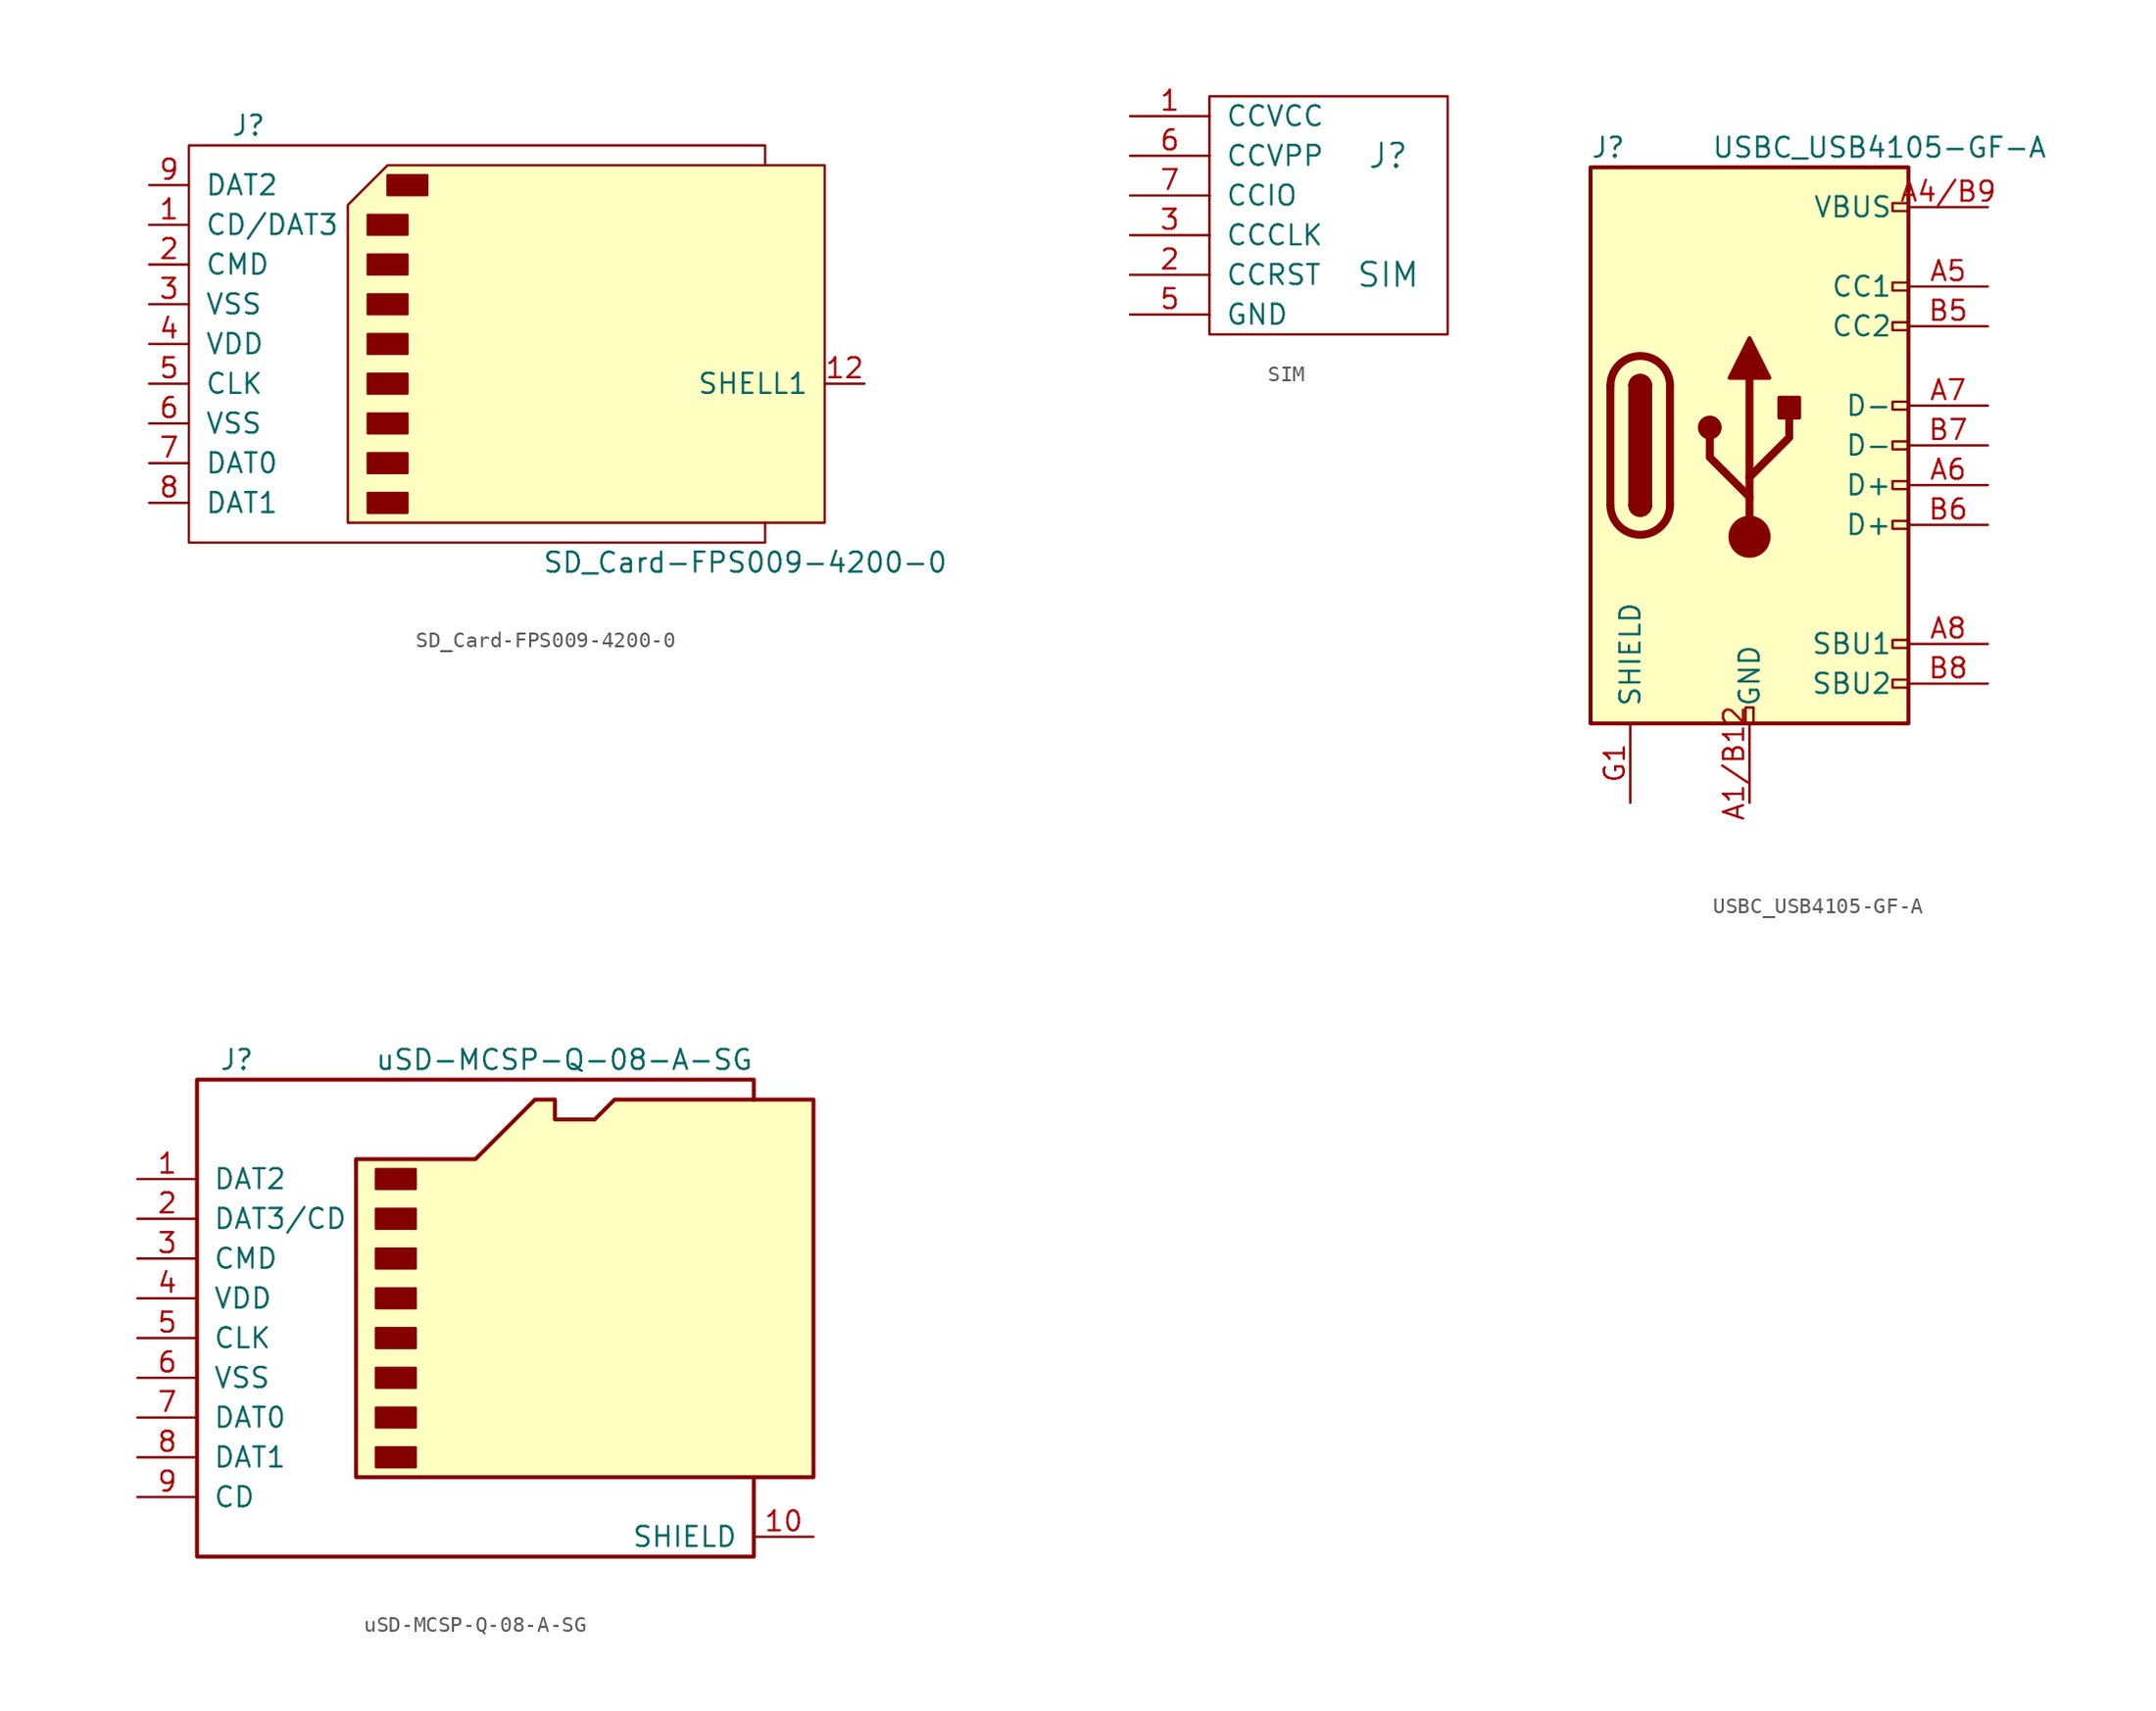
<source format=kicad_sym>
(kicad_symbol_lib
  (version 20220914)
  (generator kicad_symbol_editor)
  (symbol "SD_Card-FPS009-4200-0"
    (pin_names
      (offset 1.016))
    (property "Reference" "J"
      (at -16.51 13.97 0)
      (effects (font (size 1.27 1.27))))
    (property "Value" "SD_Card-FPS009-4200-0"
      (at 15.24 -13.97 0)
      (effects (font (size 1.27 1.27))))
    (symbol "SD_Card-FPS009-4200-0_0_1"
      (rectangle (start -8.89 -9.525) (end -6.35 -10.795) (stroke (width 0) (type default)) (fill (type outline)))
      (rectangle (start -8.89 -6.985) (end -6.35 -8.255) (stroke (width 0) (type default)) (fill (type outline)))
      (rectangle (start -8.89 -4.445) (end -6.35 -5.715) (stroke (width 0) (type default)) (fill (type outline)))
      (rectangle (start -8.89 -1.905) (end -6.35 -3.175) (stroke (width 0) (type default)) (fill (type outline)))
      (rectangle (start -8.89 0.635) (end -6.35 -0.635) (stroke (width 0) (type default)) (fill (type outline)))
      (rectangle (start -8.89 3.175) (end -6.35 1.905) (stroke (width 0) (type default)) (fill (type outline)))
      (rectangle (start -8.89 5.715) (end -6.35 4.445) (stroke (width 0) (type default)) (fill (type outline)))
      (rectangle (start -8.89 8.255) (end -6.35 6.985) (stroke (width 0) (type default)) (fill (type outline)))
      (rectangle (start -7.62 10.795) (end -5.08 9.525) (stroke (width 0) (type default)) (fill (type outline)))
      (polyline (pts (xy -10.16 8.89) (xy -7.62 11.43) (xy 20.32 11.43) (xy 20.32 -11.43) (xy -10.16 -11.43) (xy -10.16 8.89)) (stroke (width 0) (type default)) (fill (type background)))
      (polyline (pts (xy 16.51 11.43) (xy 16.51 12.7) (xy -20.32 12.7) (xy -20.32 -12.7) (xy 16.51 -12.7) (xy 16.51 -11.43)) (stroke (width 0) (type default)) (fill (type none))))
    (symbol "SD_Card-FPS009-4200-0_1_1"
      (pin input line (at -22.86 7.62 0) (length 2.54) (name "CD/DAT3" (effects (font (size 1.27 1.27)))) (number "1" (effects (font (size 1.27 1.27)))))
      (pin input line (at 22.86 -2.54 180) (length 2.54) (name "SHELL1" (effects (font (size 1.27 1.27)))) (number "12" (effects (font (size 1.27 1.27)))))
      (pin input line (at -22.86 5.08 0) (length 2.54) (name "CMD" (effects (font (size 1.27 1.27)))) (number "2" (effects (font (size 1.27 1.27)))))
      (pin input line (at -22.86 2.54 0) (length 2.54) (name "VSS" (effects (font (size 1.27 1.27)))) (number "3" (effects (font (size 1.27 1.27)))))
      (pin input line (at -22.86 0 0) (length 2.54) (name "VDD" (effects (font (size 1.27 1.27)))) (number "4" (effects (font (size 1.27 1.27)))))
      (pin input line (at -22.86 -2.54 0) (length 2.54) (name "CLK" (effects (font (size 1.27 1.27)))) (number "5" (effects (font (size 1.27 1.27)))))
      (pin input line (at -22.86 -5.08 0) (length 2.54) (name "VSS" (effects (font (size 1.27 1.27)))) (number "6" (effects (font (size 1.27 1.27)))))
      (pin input line (at -22.86 -7.62 0) (length 2.54) (name "DAT0" (effects (font (size 1.27 1.27)))) (number "7" (effects (font (size 1.27 1.27)))))
      (pin input line (at -22.86 -10.16 0) (length 2.54) (name "DAT1" (effects (font (size 1.27 1.27)))) (number "8" (effects (font (size 1.27 1.27)))))
      (pin input line (at -22.86 10.16 0) (length 2.54) (name "DAT2" (effects (font (size 1.27 1.27)))) (number "9" (effects (font (size 1.27 1.27)))))))
  (symbol "SIM"
    (pin_names
      (offset 1.016))
    (property "Reference" "J"
      (at 10.16 3.81 0)
      (effects (font (size 1.524 1.524))))
    (property "Value" "SIM"
      (at 10.16 -3.81 0)
      (effects (font (size 1.524 1.524))))
    (property "Footprint" ""
      (at 0 -3.81 0)
      (effects (font (size 1.524 1.524))))
    (property "Datasheet" ""
      (at 0 -3.81 0)
      (effects (font (size 1.524 1.524))))
    (symbol "SIM_0_1"
      (rectangle (start -1.27 7.62) (end 13.97 -7.62) (stroke (width 0) (type default)) (fill (type none))))
    (symbol "SIM_1_1"
      (pin unspecified line (at -6.35 6.35 0) (length 5.08) (name "CCVCC" (effects (font (size 1.27 1.27)))) (number "1" (effects (font (size 1.27 1.27)))))
      (pin unspecified line (at -6.35 -3.81 0) (length 5.08) (name "CCRST" (effects (font (size 1.27 1.27)))) (number "2" (effects (font (size 1.27 1.27)))))
      (pin unspecified line (at -6.35 -1.27 0) (length 5.08) (name "CCCLK" (effects (font (size 1.27 1.27)))) (number "3" (effects (font (size 1.27 1.27)))))
      (pin unspecified line (at -6.35 -6.35 0) (length 5.08) (name "GND" (effects (font (size 1.27 1.27)))) (number "5" (effects (font (size 1.27 1.27)))))
      (pin unspecified line (at -6.35 3.81 0) (length 5.08) (name "CCVPP" (effects (font (size 1.27 1.27)))) (number "6" (effects (font (size 1.27 1.27)))))
      (pin unspecified line (at -6.35 1.27 0) (length 5.08) (name "CCIO" (effects (font (size 1.27 1.27)))) (number "7" (effects (font (size 1.27 1.27)))))))
  (symbol "USBC_USB4105-GF-A"
    (pin_names
      (offset 1.016))
    (property "Reference" "J"
      (at -10.16 19.05 0)
      (effects (font (size 1.27 1.27)) (justify left)))
    (property "Value" "USBC_USB4105-GF-A"
      (at 19.05 19.05 0)
      (effects (font (size 1.27 1.27)) (justify right)))
    (symbol "USBC_USB4105-GF-A_0_0"
      (rectangle (start -0.254 -17.78) (end 0.254 -16.764) (stroke (width 0) (type default)) (fill (type none)))
      (rectangle (start 10.16 -14.986) (end 9.144 -15.494) (stroke (width 0) (type default)) (fill (type none)))
      (rectangle (start 10.16 -12.446) (end 9.144 -12.954) (stroke (width 0) (type default)) (fill (type none)))
      (rectangle (start 10.16 -4.826) (end 9.144 -5.334) (stroke (width 0) (type default)) (fill (type none)))
      (rectangle (start 10.16 -2.286) (end 9.144 -2.794) (stroke (width 0) (type default)) (fill (type none)))
      (rectangle (start 10.16 0.254) (end 9.144 -0.254) (stroke (width 0) (type default)) (fill (type none)))
      (rectangle (start 10.16 2.794) (end 9.144 2.286) (stroke (width 0) (type default)) (fill (type none)))
      (rectangle (start 10.16 7.874) (end 9.144 7.366) (stroke (width 0) (type default)) (fill (type none)))
      (rectangle (start 10.16 10.414) (end 9.144 9.906) (stroke (width 0) (type default)) (fill (type none)))
      (rectangle (start 10.16 15.494) (end 9.144 14.986) (stroke (width 0) (type default)) (fill (type none))))
    (symbol "USBC_USB4105-GF-A_0_1"
      (rectangle (start -10.16 17.78) (end 10.16 -17.78) (stroke (width 0.254) (type default)) (fill (type background)))
      (arc (start -8.89 -3.81) (mid -6.985 -5.7067) (end -5.08 -3.81) (stroke (width 0.508) (type default)) (fill (type none)))
      (arc (start -7.62 -3.81) (mid -6.985 -4.4423) (end -6.35 -3.81) (stroke (width 0.254) (type default)) (fill (type none)))
      (arc (start -7.62 -3.81) (mid -6.985 -4.4423) (end -6.35 -3.81) (stroke (width 0.254) (type default)) (fill (type outline)))
      (rectangle (start -7.62 -3.81) (end -6.35 3.81) (stroke (width 0.254) (type default)) (fill (type outline)))
      (arc (start -6.35 3.81) (mid -6.985 4.4423) (end -7.62 3.81) (stroke (width 0.254) (type default)) (fill (type none)))
      (arc (start -6.35 3.81) (mid -6.985 4.4423) (end -7.62 3.81) (stroke (width 0.254) (type default)) (fill (type outline)))
      (arc (start -5.08 3.81) (mid -6.985 5.7067) (end -8.89 3.81) (stroke (width 0.508) (type default)) (fill (type none)))
      (circle (center -2.54 1.143) (radius 0.635) (stroke (width 0.254) (type default)) (fill (type outline)))
      (circle (center 0 -5.842) (radius 1.27) (stroke (width 0) (type default)) (fill (type outline)))
      (polyline (pts (xy -8.89 -3.81) (xy -8.89 3.81)) (stroke (width 0.508) (type default)) (fill (type none)))
      (polyline (pts (xy -5.08 3.81) (xy -5.08 -3.81)) (stroke (width 0.508) (type default)) (fill (type none)))
      (polyline (pts (xy 0 -5.842) (xy 0 4.318)) (stroke (width 0.508) (type default)) (fill (type none)))
      (polyline (pts (xy 0 -3.302) (xy -2.54 -0.762) (xy -2.54 0.508)) (stroke (width 0.508) (type default)) (fill (type none)))
      (polyline (pts (xy 0 -2.032) (xy 2.54 0.508) (xy 2.54 1.778)) (stroke (width 0.508) (type default)) (fill (type none)))
      (polyline (pts (xy -1.27 4.318) (xy 0 6.858) (xy 1.27 4.318) (xy -1.27 4.318)) (stroke (width 0.254) (type default)) (fill (type outline)))
      (rectangle (start 1.905 1.778) (end 3.175 3.048) (stroke (width 0.254) (type default)) (fill (type outline))))
    (symbol "USBC_USB4105-GF-A_1_1"
      (pin passive line (at 0 -22.86 90) (length 5.08) (name "GND" (effects (font (size 1.27 1.27)))) (number "A1/B12" (effects (font (size 1.27 1.27)))))
      (pin passive line (at 15.24 15.24 180) (length 5.08) (name "VBUS" (effects (font (size 1.27 1.27)))) (number "A4/B9" (effects (font (size 1.27 1.27)))))
      (pin bidirectional line (at 15.24 10.16 180) (length 5.08) (name "CC1" (effects (font (size 1.27 1.27)))) (number "A5" (effects (font (size 1.27 1.27)))))
      (pin bidirectional line (at 15.24 -2.54 180) (length 5.08) (name "D+" (effects (font (size 1.27 1.27)))) (number "A6" (effects (font (size 1.27 1.27)))))
      (pin bidirectional line (at 15.24 2.54 180) (length 5.08) (name "D-" (effects (font (size 1.27 1.27)))) (number "A7" (effects (font (size 1.27 1.27)))))
      (pin bidirectional line (at 15.24 -12.7 180) (length 5.08) (name "SBU1" (effects (font (size 1.27 1.27)))) (number "A8" (effects (font (size 1.27 1.27)))))
      (pin passive line (at 0 -22.86 90) (length 5.08) hide (name "GND" (effects (font (size 1.27 1.27)))) (number "B1/A12" (effects (font (size 1.27 1.27)))))
      (pin passive line (at 15.24 15.24 180) (length 5.08) hide (name "VBUS" (effects (font (size 1.27 1.27)))) (number "B4/A9" (effects (font (size 1.27 1.27)))))
      (pin bidirectional line (at 15.24 7.62 180) (length 5.08) (name "CC2" (effects (font (size 1.27 1.27)))) (number "B5" (effects (font (size 1.27 1.27)))))
      (pin bidirectional line (at 15.24 -5.08 180) (length 5.08) (name "D+" (effects (font (size 1.27 1.27)))) (number "B6" (effects (font (size 1.27 1.27)))))
      (pin bidirectional line (at 15.24 0 180) (length 5.08) (name "D-" (effects (font (size 1.27 1.27)))) (number "B7" (effects (font (size 1.27 1.27)))))
      (pin bidirectional line (at 15.24 -15.24 180) (length 5.08) (name "SBU2" (effects (font (size 1.27 1.27)))) (number "B8" (effects (font (size 1.27 1.27)))))
      (pin passive line (at -7.62 -22.86 90) (length 5.08) (name "SHIELD" (effects (font (size 1.27 1.27)))) (number "G1" (effects (font (size 1.27 1.27)))))
      (pin passive line (at -7.62 -22.86 90) (length 5.08) hide (name "SHIELD" (effects (font (size 1.27 1.27)))) (number "G2" (effects (font (size 1.27 1.27)))))
      (pin passive line (at -7.62 -22.86 90) (length 5.08) hide (name "SHIELD" (effects (font (size 1.27 1.27)))) (number "G3" (effects (font (size 1.27 1.27)))))
      (pin passive line (at -7.62 -22.86 90) (length 5.08) hide (name "SHIELD" (effects (font (size 1.27 1.27)))) (number "G4" (effects (font (size 1.27 1.27)))))))
  (symbol "uSD-MCSP-Q-08-A-SG"
    (pin_names
      (offset 1.016))
    (property "Reference" "J"
      (at -16.51 15.24 0)
      (effects (font (size 1.27 1.27))))
    (property "Value" "uSD-MCSP-Q-08-A-SG"
      (at 16.51 15.24 0)
      (effects (font (size 1.27 1.27)) (justify right)))
    (symbol "uSD-MCSP-Q-08-A-SG_0_1"
      (rectangle (start -7.62 -9.525) (end -5.08 -10.795) (stroke (width 0) (type default)) (fill (type outline)))
      (rectangle (start -7.62 -6.985) (end -5.08 -8.255) (stroke (width 0) (type default)) (fill (type outline)))
      (rectangle (start -7.62 -4.445) (end -5.08 -5.715) (stroke (width 0) (type default)) (fill (type outline)))
      (rectangle (start -7.62 -1.905) (end -5.08 -3.175) (stroke (width 0) (type default)) (fill (type outline)))
      (rectangle (start -7.62 0.635) (end -5.08 -0.635) (stroke (width 0) (type default)) (fill (type outline)))
      (rectangle (start -7.62 3.175) (end -5.08 1.905) (stroke (width 0) (type default)) (fill (type outline)))
      (rectangle (start -7.62 5.715) (end -5.08 4.445) (stroke (width 0) (type default)) (fill (type outline)))
      (rectangle (start -7.62 8.255) (end -5.08 6.985) (stroke (width 0) (type default)) (fill (type outline)))
      (polyline (pts (xy 16.51 12.7) (xy 16.51 13.97) (xy -19.05 13.97) (xy -19.05 -16.51) (xy 16.51 -16.51) (xy 16.51 -11.43)) (stroke (width 0.254) (type default)) (fill (type none)))
      (polyline (pts (xy -8.89 -11.43) (xy -8.89 8.89) (xy -1.27 8.89) (xy 2.54 12.7) (xy 3.81 12.7) (xy 3.81 11.43) (xy 6.35 11.43) (xy 7.62 12.7) (xy 20.32 12.7) (xy 20.32 -11.43) (xy -8.89 -11.43)) (stroke (width 0.254) (type default)) (fill (type background))))
    (symbol "uSD-MCSP-Q-08-A-SG_1_1"
      (pin bidirectional line (at -22.86 7.62 0) (length 3.81) (name "DAT2" (effects (font (size 1.27 1.27)))) (number "1" (effects (font (size 1.27 1.27)))))
      (pin passive line (at 20.32 -15.24 180) (length 3.81) (name "SHIELD" (effects (font (size 1.27 1.27)))) (number "10" (effects (font (size 1.27 1.27)))))
      (pin bidirectional line (at -22.86 5.08 0) (length 3.81) (name "DAT3/CD" (effects (font (size 1.27 1.27)))) (number "2" (effects (font (size 1.27 1.27)))))
      (pin input line (at -22.86 2.54 0) (length 3.81) (name "CMD" (effects (font (size 1.27 1.27)))) (number "3" (effects (font (size 1.27 1.27)))))
      (pin power_in line (at -22.86 0 0) (length 3.81) (name "VDD" (effects (font (size 1.27 1.27)))) (number "4" (effects (font (size 1.27 1.27)))))
      (pin input line (at -22.86 -2.54 0) (length 3.81) (name "CLK" (effects (font (size 1.27 1.27)))) (number "5" (effects (font (size 1.27 1.27)))))
      (pin power_in line (at -22.86 -5.08 0) (length 3.81) (name "VSS" (effects (font (size 1.27 1.27)))) (number "6" (effects (font (size 1.27 1.27)))))
      (pin input line (at -22.86 -7.62 0) (length 3.81) (name "DAT0" (effects (font (size 1.27 1.27)))) (number "7" (effects (font (size 1.27 1.27)))))
      (pin input line (at -22.86 -10.16 0) (length 3.81) (name "DAT1" (effects (font (size 1.27 1.27)))) (number "8" (effects (font (size 1.27 1.27)))))
      (pin input line (at -22.86 -12.7 0) (length 3.81) (name "CD" (effects (font (size 1.27 1.27)))) (number "9" (effects (font (size 1.27 1.27))))))))
</source>
